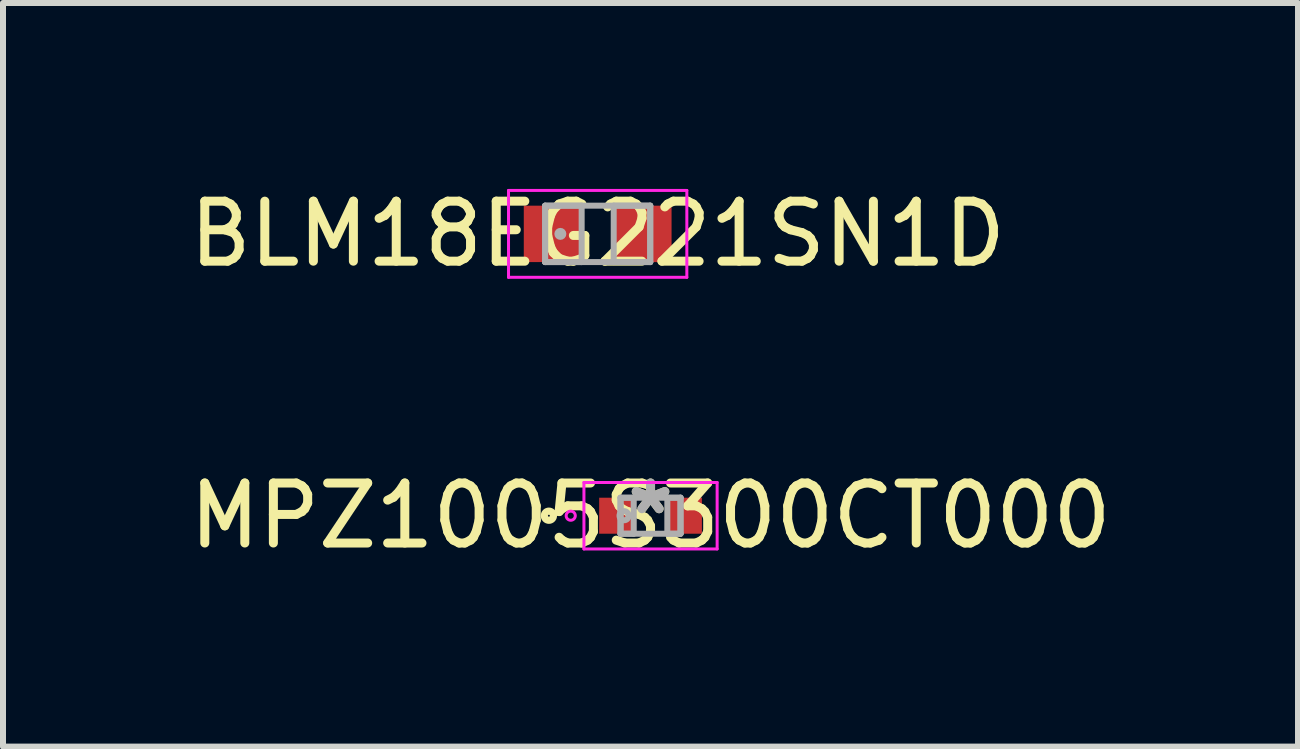
<source format=kicad_pcb>
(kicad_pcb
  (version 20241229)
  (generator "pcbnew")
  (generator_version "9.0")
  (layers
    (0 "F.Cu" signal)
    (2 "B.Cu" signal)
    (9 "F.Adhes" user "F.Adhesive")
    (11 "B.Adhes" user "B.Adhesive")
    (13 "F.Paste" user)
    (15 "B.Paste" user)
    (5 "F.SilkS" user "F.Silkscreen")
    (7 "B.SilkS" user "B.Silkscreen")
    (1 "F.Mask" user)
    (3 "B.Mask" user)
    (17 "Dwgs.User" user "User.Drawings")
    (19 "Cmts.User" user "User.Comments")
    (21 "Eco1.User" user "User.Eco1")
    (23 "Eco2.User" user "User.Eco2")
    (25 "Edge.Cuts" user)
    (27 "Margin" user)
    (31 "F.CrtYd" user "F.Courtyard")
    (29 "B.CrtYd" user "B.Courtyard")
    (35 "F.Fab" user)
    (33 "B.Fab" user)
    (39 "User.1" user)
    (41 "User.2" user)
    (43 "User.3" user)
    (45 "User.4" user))
  (footprint "BLM18EG221SN1D"
    (layer "F.Cu")
    (at 6.911 0.848)
    (property "Reference" "BLM18EG221SN1D" (at 0 0 0) (layer "F.SilkS") (effects (font (size 1 1) (thickness 0.15))))
    (attr smd)
    (fp_line (start -1.486 -0.724) (end 1.486 -0.724) (stroke (width 0.05) (type solid)) (layer "F.CrtYd"))
    (fp_line (start -1.486 0.724) (end -1.486 -0.724) (stroke (width 0.05) (type solid)) (layer "F.CrtYd"))
    (fp_line (start 1.486 -0.724) (end 1.486 0.724) (stroke (width 0.05) (type solid)) (layer "F.CrtYd"))
    (fp_line (start 1.486 0.724) (end -1.486 0.724) (stroke (width 0.05) (type solid)) (layer "F.CrtYd"))
    (fp_line (start -0.876 -0.47) (end -0.876 0.47) (stroke (width 0.1) (type solid)) (layer "F.Fab"))
    (fp_line (start -0.876 -0.47) (end -0.876 0.47) (stroke (width 0.1) (type solid)) (layer "F.Fab"))
    (fp_line (start -0.876 0.47) (end -0.267 0.47) (stroke (width 0.1) (type solid)) (layer "F.Fab"))
    (fp_line (start -0.876 0.47) (end 0.876 0.47) (stroke (width 0.1) (type solid)) (layer "F.Fab"))
    (fp_line (start -0.267 -0.47) (end -0.876 -0.47) (stroke (width 0.1) (type solid)) (layer "F.Fab"))
    (fp_line (start -0.267 0.47) (end -0.267 -0.47) (stroke (width 0.1) (type solid)) (layer "F.Fab"))
    (fp_line (start 0.267 -0.47) (end 0.267 0.47) (stroke (width 0.1) (type solid)) (layer "F.Fab"))
    (fp_line (start 0.267 0.47) (end 0.876 0.47) (stroke (width 0.1) (type solid)) (layer "F.Fab"))
    (fp_line (start 0.876 -0.47) (end -0.876 -0.47) (stroke (width 0.1) (type solid)) (layer "F.Fab"))
    (fp_line (start 0.876 -0.47) (end 0.267 -0.47) (stroke (width 0.1) (type solid)) (layer "F.Fab"))
    (fp_line (start 0.876 0.47) (end 0.876 -0.47) (stroke (width 0.1) (type solid)) (layer "F.Fab"))
    (fp_line (start 0.876 0.47) (end 0.876 -0.47) (stroke (width 0.1) (type solid)) (layer "F.Fab"))
    (fp_circle (center -0.622 0) (end -0.622 0) (stroke (width 0.1) (type solid)) (fill no) (layer "F.Fab"))
    (pad "1" smd rect (at -0.749 0) (size 0.965 0.94) (layers "F.Cu" "F.Mask" "F.Paste"))
    (pad "2" smd rect (at 0.749 0) (size 0.965 0.94) (layers "F.Cu" "F.Mask" "F.Paste")))
  (footprint "MPZ1005S300CT000"
    (layer "F.Cu")
    (at 7.792 5.545)
    (property "Reference" "MPZ1005S300CT000" (at 0 0 0) (layer "F.SilkS") (effects (font (size 1 1) (thickness 0.15))))
    (attr smd)
    (fp_circle (center -1.694 0) (end -1.618 0) (stroke (width 0.12) (type solid)) (fill no) (layer "F.SilkS"))
    (fp_line (start -1.11 -0.554) (end 1.11 -0.554) (stroke (width 0.05) (type solid)) (layer "F.CrtYd"))
    (fp_line (start -1.11 0.554) (end -1.11 -0.554) (stroke (width 0.05) (type solid)) (layer "F.CrtYd"))
    (fp_line (start 1.11 -0.554) (end 1.11 0.554) (stroke (width 0.05) (type solid)) (layer "F.CrtYd"))
    (fp_line (start 1.11 0.554) (end -1.11 0.554) (stroke (width 0.05) (type solid)) (layer "F.CrtYd"))
    (fp_circle (center -1.33 0) (end -1.254 0) (stroke (width 0.05) (type solid)) (fill no) (layer "F.CrtYd"))
    (fp_line (start -0.5 -0.3) (end -0.5 0.3) (stroke (width 0.1) (type solid)) (layer "F.Fab"))
    (fp_line (start -0.5 -0.3) (end -0.5 0.3) (stroke (width 0.1) (type solid)) (layer "F.Fab"))
    (fp_line (start -0.5 0.3) (end -0.28 0.3) (stroke (width 0.1) (type solid)) (layer "F.Fab"))
    (fp_line (start -0.5 0.3) (end 0.5 0.3) (stroke (width 0.1) (type solid)) (layer "F.Fab"))
    (fp_line (start -0.28 -0.3) (end -0.5 -0.3) (stroke (width 0.1) (type solid)) (layer "F.Fab"))
    (fp_line (start -0.28 0.3) (end -0.28 -0.3) (stroke (width 0.1) (type solid)) (layer "F.Fab"))
    (fp_line (start 0.28 -0.3) (end 0.28 0.3) (stroke (width 0.1) (type solid)) (layer "F.Fab"))
    (fp_line (start 0.28 0.3) (end 0.5 0.3) (stroke (width 0.1) (type solid)) (layer "F.Fab"))
    (fp_line (start 0.5 -0.3) (end -0.5 -0.3) (stroke (width 0.1) (type solid)) (layer "F.Fab"))
    (fp_line (start 0.5 -0.3) (end 0.28 -0.3) (stroke (width 0.1) (type solid)) (layer "F.Fab"))
    (fp_line (start 0.5 0.3) (end 0.5 -0.3) (stroke (width 0.1) (type solid)) (layer "F.Fab"))
    (fp_line (start 0.5 0.3) (end 0.5 -0.3) (stroke (width 0.1) (type solid)) (layer "F.Fab"))
    (fp_circle (center -0.441 0) (end -0.365 0) (stroke (width 0.1) (type solid)) (fill no) (layer "F.Fab"))
    (fp_text user "*" (at 0 0 0) (layer "F.SilkS") (effects (font (size 1 1) (thickness 0.15))))
    (fp_text user "*" (at 0 0 0) (layer "F.Fab") (effects (font (size 1 1) (thickness 0.15))))
    (pad "1" smd rect (at -0.568 0) (size 0.576 0.6) (layers "F.Cu" "F.Mask" "F.Paste"))
    (pad "2" smd rect (at 0.568 0) (size 0.576 0.6) (layers "F.Cu" "F.Mask" "F.Paste")))
  (gr_rect
    (start -3 -3)
    (end 18.583 9.393)
    (stroke (width 0.1) (type default))
    (fill no)
    (layer "Edge.Cuts")))
</source>
